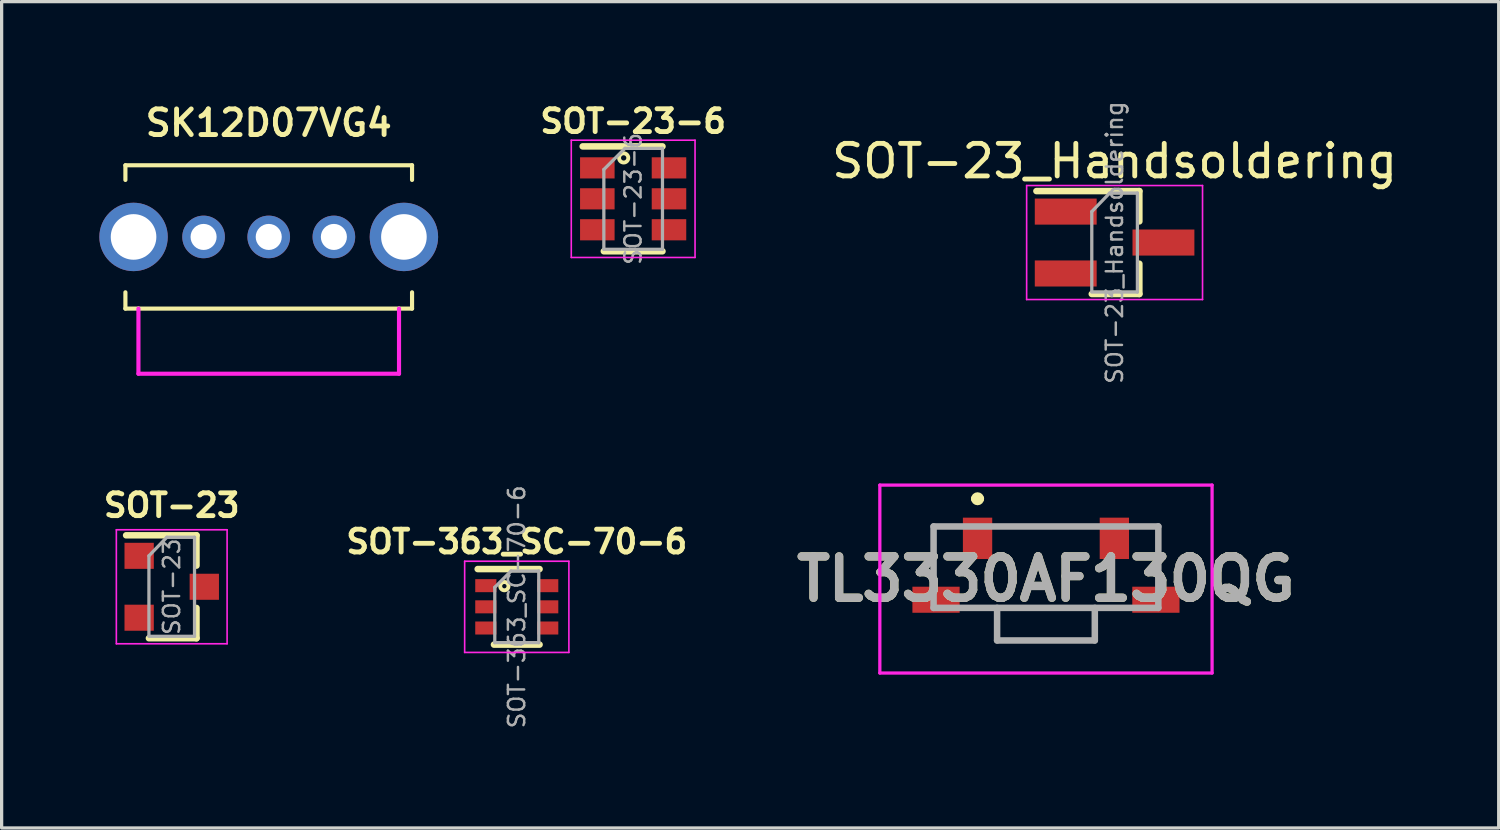
<source format=kicad_pcb>
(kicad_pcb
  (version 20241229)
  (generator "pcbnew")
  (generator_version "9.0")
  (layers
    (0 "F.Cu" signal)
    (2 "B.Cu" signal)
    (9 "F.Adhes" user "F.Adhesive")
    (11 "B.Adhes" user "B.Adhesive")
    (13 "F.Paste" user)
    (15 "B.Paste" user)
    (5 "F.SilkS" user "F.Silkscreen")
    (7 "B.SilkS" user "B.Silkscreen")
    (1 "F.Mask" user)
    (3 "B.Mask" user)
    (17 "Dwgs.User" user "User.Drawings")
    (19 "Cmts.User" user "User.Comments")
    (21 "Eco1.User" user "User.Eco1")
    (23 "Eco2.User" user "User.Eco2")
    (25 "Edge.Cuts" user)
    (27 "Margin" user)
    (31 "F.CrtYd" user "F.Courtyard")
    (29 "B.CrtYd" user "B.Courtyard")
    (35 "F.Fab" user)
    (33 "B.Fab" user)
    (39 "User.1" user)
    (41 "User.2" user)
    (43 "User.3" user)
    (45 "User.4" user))
  (footprint "SOT-363_SC-70-6"
    (layer "F.Cu")
    (at 12.815 15.58)
    (property "Reference" "SOT-363_SC-70-6" (at 0 -2 0) (layer "F.SilkS") (effects (font (size 0.7 0.7) (thickness 0.15))))
    (attr smd)
    (fp_line (start -0.7 1.16) (end 0.7 1.16) (stroke (width 0.2) (type solid)) (layer "F.SilkS"))
    (fp_line (start 0.7 -1.16) (end -1.2 -1.16) (stroke (width 0.2) (type solid)) (layer "F.SilkS"))
    (fp_circle (center -0.381 -0.635) (end -0.254 -0.635) (stroke (width 0.12) (type solid)) (fill no) (layer "F.SilkS"))
    (fp_line (start -1.6 -1.4) (end -1.6 1.4) (stroke (width 0.05) (type solid)) (layer "F.CrtYd"))
    (fp_line (start -1.6 -1.4) (end 1.6 -1.4) (stroke (width 0.05) (type solid)) (layer "F.CrtYd"))
    (fp_line (start -1.6 1.4) (end 1.6 1.4) (stroke (width 0.05) (type solid)) (layer "F.CrtYd"))
    (fp_line (start 1.6 1.4) (end 1.6 -1.4) (stroke (width 0.05) (type solid)) (layer "F.CrtYd"))
    (fp_line (start -0.675 -0.6) (end -0.675 1.1) (stroke (width 0.1) (type solid)) (layer "F.Fab"))
    (fp_line (start -0.175 -1.1) (end -0.675 -0.6) (stroke (width 0.1) (type solid)) (layer "F.Fab"))
    (fp_line (start 0.675 -1.1) (end -0.175 -1.1) (stroke (width 0.1) (type solid)) (layer "F.Fab"))
    (fp_line (start 0.675 -1.1) (end 0.675 1.1) (stroke (width 0.1) (type solid)) (layer "F.Fab"))
    (fp_line (start 0.675 1.1) (end -0.675 1.1) (stroke (width 0.1) (type solid)) (layer "F.Fab"))
    (fp_text user "${REFERENCE}" (at 0 0 90) (layer "F.Fab") (effects (font (size 0.5 0.5) (thickness 0.075))))
    (pad "1" smd rect (at -0.95 -0.65) (size 0.65 0.4) (layers "F.Cu" "F.Mask" "F.Paste"))
    (pad "2" smd rect (at -0.95 0) (size 0.65 0.4) (layers "F.Cu" "F.Mask" "F.Paste"))
    (pad "3" smd rect (at -0.95 0.65) (size 0.65 0.4) (layers "F.Cu" "F.Mask" "F.Paste"))
    (pad "4" smd rect (at 0.95 0.65) (size 0.65 0.4) (layers "F.Cu" "F.Mask" "F.Paste"))
    (pad "5" smd rect (at 0.95 0) (size 0.65 0.4) (layers "F.Cu" "F.Mask" "F.Paste"))
    (pad "6" smd rect (at 0.95 -0.65) (size 0.65 0.4) (layers "F.Cu" "F.Mask" "F.Paste")))
  (footprint "SOT-23_Handsoldering"
    (layer "F.Cu")
    (at 31.168 4.396)
    (property "Reference" "SOT-23_Handsoldering" (at 0 -2.5 0) (layer "F.SilkS") (effects (font (size 1 1) (thickness 0.15))))
    (attr smd)
    (fp_line (start 0.76 -1.58) (end -2.4 -1.58) (stroke (width 0.2) (type solid)) (layer "F.SilkS"))
    (fp_line (start 0.76 -1.58) (end 0.76 -0.65) (stroke (width 0.2) (type solid)) (layer "F.SilkS"))
    (fp_line (start 0.76 1.58) (end -0.7 1.58) (stroke (width 0.2) (type solid)) (layer "F.SilkS"))
    (fp_line (start 0.76 1.58) (end 0.76 0.65) (stroke (width 0.2) (type solid)) (layer "F.SilkS"))
    (fp_line (start -2.7 -1.75) (end 2.7 -1.75) (stroke (width 0.05) (type solid)) (layer "F.CrtYd"))
    (fp_line (start -2.7 1.75) (end -2.7 -1.75) (stroke (width 0.05) (type solid)) (layer "F.CrtYd"))
    (fp_line (start 2.7 -1.75) (end 2.7 1.75) (stroke (width 0.05) (type solid)) (layer "F.CrtYd"))
    (fp_line (start 2.7 1.75) (end -2.7 1.75) (stroke (width 0.05) (type solid)) (layer "F.CrtYd"))
    (fp_line (start -0.7 -0.95) (end -0.7 1.5) (stroke (width 0.1) (type solid)) (layer "F.Fab"))
    (fp_line (start -0.7 -0.95) (end -0.15 -1.52) (stroke (width 0.1) (type solid)) (layer "F.Fab"))
    (fp_line (start -0.7 1.52) (end 0.7 1.52) (stroke (width 0.1) (type solid)) (layer "F.Fab"))
    (fp_line (start -0.15 -1.52) (end 0.7 -1.52) (stroke (width 0.1) (type solid)) (layer "F.Fab"))
    (fp_line (start 0.7 -1.52) (end 0.7 1.52) (stroke (width 0.1) (type solid)) (layer "F.Fab"))
    (fp_text user "${REFERENCE}" (at 0 0 90) (layer "F.Fab") (effects (font (size 0.5 0.5) (thickness 0.075))))
    (pad "1" smd rect (at -1.5 -0.95) (size 1.9 0.8) (layers "F.Cu" "F.Mask" "F.Paste"))
    (pad "2" smd rect (at -1.5 0.95) (size 1.9 0.8) (layers "F.Cu" "F.Mask" "F.Paste"))
    (pad "3" smd rect (at 1.5 0) (size 1.9 0.8) (layers "F.Cu" "F.Mask" "F.Paste")))
  (footprint "TL3330AF130QG"
    (layer "F.Cu")
    (at 29.061 14.862)
    (property "Reference" "TL3330AF130QG" (at 0 -0.135 0) (layer "F.SilkS") (effects (font (size 1.27 1.27) (thickness 0.254))))
    (attr smd)
    (fp_line (start -3.45 -1.75) (end -3.45 -0.3) (stroke (width 0.1) (type solid)) (layer "F.SilkS"))
    (fp_line (start -3 -1.75) (end -3.45 -1.75) (stroke (width 0.1) (type solid)) (layer "F.SilkS"))
    (fp_line (start -2.4 0.75) (end 2.4 0.75) (stroke (width 0.1) (type solid)) (layer "F.SilkS"))
    (fp_line (start -2.2 -2.6) (end -2.2 -2.6) (stroke (width 0.2) (type solid)) (layer "F.SilkS"))
    (fp_line (start -2 -2.6) (end -2 -2.6) (stroke (width 0.2) (type solid)) (layer "F.SilkS"))
    (fp_line (start -1.2 -1.75) (end 1.2 -1.75) (stroke (width 0.1) (type solid)) (layer "F.SilkS"))
    (fp_line (start 3 -1.75) (end 3.45 -1.75) (stroke (width 0.1) (type solid)) (layer "F.SilkS"))
    (fp_line (start 3.45 -1.75) (end 3.45 -0.3) (stroke (width 0.1) (type solid)) (layer "F.SilkS"))
    (fp_arc (start -2.2 -2.6) (mid -2.1 -2.7) (end -2 -2.6) (stroke (width 0.2) (type solid)) (layer "F.SilkS"))
    (fp_arc (start -2 -2.6) (mid -2.1 -2.5) (end -2.2 -2.6) (stroke (width 0.2) (type solid)) (layer "F.SilkS"))
    (fp_line (start -5.1 -3.02) (end 5.1 -3.02) (stroke (width 0.1) (type solid)) (layer "F.CrtYd"))
    (fp_line (start -5.1 2.75) (end -5.1 -3.02) (stroke (width 0.1) (type solid)) (layer "F.CrtYd"))
    (fp_line (start 5.1 -3.02) (end 5.1 2.75) (stroke (width 0.1) (type solid)) (layer "F.CrtYd"))
    (fp_line (start 5.1 2.75) (end -5.1 2.75) (stroke (width 0.1) (type solid)) (layer "F.CrtYd"))
    (fp_line (start -3.45 -1.75) (end 3.45 -1.75) (stroke (width 0.2) (type solid)) (layer "F.Fab"))
    (fp_line (start -3.45 0.75) (end -3.45 -1.75) (stroke (width 0.2) (type solid)) (layer "F.Fab"))
    (fp_line (start -1.5 0.75) (end -1.5 1.75) (stroke (width 0.2) (type solid)) (layer "F.Fab"))
    (fp_line (start -1.5 1.75) (end 1.5 1.75) (stroke (width 0.2) (type solid)) (layer "F.Fab"))
    (fp_line (start 1.5 1.75) (end 1.5 0.75) (stroke (width 0.2) (type solid)) (layer "F.Fab"))
    (fp_line (start 3.45 -1.75) (end 3.45 0.75) (stroke (width 0.2) (type solid)) (layer "F.Fab"))
    (fp_line (start 3.45 0.75) (end -3.45 0.75) (stroke (width 0.2) (type solid)) (layer "F.Fab"))
    (fp_text user "${REFERENCE}" (at 0 -0.135 0) (layer "F.Fab") (effects (font (size 1.27 1.27) (thickness 0.254))))
    (pad "1" smd rect (at -2.1 -1.385) (size 0.9 1.27) (layers "F.Cu" "F.Mask" "F.Paste"))
    (pad "2" smd rect (at 2.1 -1.385) (size 0.9 1.27) (layers "F.Cu" "F.Mask" "F.Paste"))
    (pad "3" smd rect (at -3.375 0.5 90) (size 0.8 1.45) (layers "F.Cu" "F.Mask" "F.Paste"))
    (pad "4" smd rect (at 3.375 0.5 90) (size 0.8 1.45) (layers "F.Cu" "F.Mask" "F.Paste")))
  (footprint "SOT-23"
    (layer "F.Cu")
    (at 2.222 14.964)
    (property "Reference" "SOT-23" (at 0 -2.5 0) (layer "F.SilkS") (effects (font (size 0.7 0.7) (thickness 0.15))))
    (attr smd)
    (fp_line (start 0.76 -1.58) (end -1.4 -1.58) (stroke (width 0.2) (type solid)) (layer "F.SilkS"))
    (fp_line (start 0.76 -1.58) (end 0.76 -0.65) (stroke (width 0.2) (type solid)) (layer "F.SilkS"))
    (fp_line (start 0.76 1.58) (end -0.7 1.58) (stroke (width 0.2) (type solid)) (layer "F.SilkS"))
    (fp_line (start 0.76 1.58) (end 0.76 0.65) (stroke (width 0.2) (type solid)) (layer "F.SilkS"))
    (fp_line (start -1.7 -1.75) (end 1.7 -1.75) (stroke (width 0.05) (type solid)) (layer "F.CrtYd"))
    (fp_line (start -1.7 1.75) (end -1.7 -1.75) (stroke (width 0.05) (type solid)) (layer "F.CrtYd"))
    (fp_line (start 1.7 -1.75) (end 1.7 1.75) (stroke (width 0.05) (type solid)) (layer "F.CrtYd"))
    (fp_line (start 1.7 1.75) (end -1.7 1.75) (stroke (width 0.05) (type solid)) (layer "F.CrtYd"))
    (fp_line (start -0.7 -0.95) (end -0.7 1.5) (stroke (width 0.1) (type solid)) (layer "F.Fab"))
    (fp_line (start -0.7 -0.95) (end -0.15 -1.52) (stroke (width 0.1) (type solid)) (layer "F.Fab"))
    (fp_line (start -0.7 1.52) (end 0.7 1.52) (stroke (width 0.1) (type solid)) (layer "F.Fab"))
    (fp_line (start -0.15 -1.52) (end 0.7 -1.52) (stroke (width 0.1) (type solid)) (layer "F.Fab"))
    (fp_line (start 0.7 -1.52) (end 0.7 1.52) (stroke (width 0.1) (type solid)) (layer "F.Fab"))
    (fp_text user "${REFERENCE}" (at 0 0 90) (layer "F.Fab") (effects (font (size 0.5 0.5) (thickness 0.075))))
    (pad "1" smd rect (at -1 -0.95) (size 0.9 0.8) (layers "F.Cu" "F.Mask" "F.Paste"))
    (pad "2" smd rect (at -1 0.95) (size 0.9 0.8) (layers "F.Cu" "F.Mask" "F.Paste"))
    (pad "3" smd rect (at 1 0) (size 0.9 0.8) (layers "F.Cu" "F.Mask" "F.Paste")))
  (footprint "SK12D07VG4"
    (layer "F.Cu")
    (at 5.2 4.224)
    (property "Reference" "SK12D07VG4" (at 0 -3.5 0) (layer "F.SilkS") (effects (font (size 0.787 0.787) (thickness 0.15))))
    (attr through_hole)
    (fp_line (start -4.4 -2.2) (end 4.4 -2.2) (stroke (width 0.127) (type solid)) (layer "F.SilkS"))
    (fp_line (start -4.4 -1.75) (end -4.4 -2.2) (stroke (width 0.127) (type solid)) (layer "F.SilkS"))
    (fp_line (start -4.4 2.2) (end -4.4 1.7) (stroke (width 0.127) (type solid)) (layer "F.SilkS"))
    (fp_line (start -4 2.2) (end -4.4 2.2) (stroke (width 0.127) (type solid)) (layer "F.SilkS"))
    (fp_line (start 4 2.2) (end -4 2.2) (stroke (width 0.127) (type solid)) (layer "F.SilkS"))
    (fp_line (start 4.4 -2.2) (end 4.4 -1.75) (stroke (width 0.127) (type solid)) (layer "F.SilkS"))
    (fp_line (start 4.4 2.2) (end 4 2.2) (stroke (width 0.127) (type solid)) (layer "F.SilkS"))
    (fp_line (start 4.4 2.2) (end 4.4 1.7) (stroke (width 0.127) (type solid)) (layer "F.SilkS"))
    (fp_line (start -4 2.2) (end -4 4.2) (stroke (width 0.127) (type solid)) (layer "F.CrtYd"))
    (fp_line (start -4 4.2) (end 4 4.2) (stroke (width 0.127) (type solid)) (layer "F.CrtYd"))
    (fp_line (start 4 4.2) (end 4 2.2) (stroke (width 0.127) (type solid)) (layer "F.CrtYd"))
    (pad "1" thru_hole circle (at -2 0) (size 1.308 1.308) (drill 0.8) (layers "*.Cu" "*.Mask"))
    (pad "2" thru_hole circle (at 2 0) (size 1.308 1.308) (drill 0.8) (layers "*.Cu" "*.Mask"))
    (pad "COM" thru_hole circle (at 0 0) (size 1.308 1.308) (drill 0.8) (layers "*.Cu" "*.Mask"))
    (pad "M1" thru_hole circle (at -4.15 0) (size 2.1 2.1) (drill 1.4) (layers "*.Cu" "*.Mask"))
    (pad "M2" thru_hole circle (at 4.15 0) (size 2.1 2.1) (drill 1.4) (layers "*.Cu" "*.Mask")))
  (footprint "SOT-23-6"
    (layer "F.Cu")
    (at 16.388 3.054)
    (property "Reference" "SOT-23-6" (at 0 -2.381 0) (layer "F.SilkS") (effects (font (size 0.7 0.7) (thickness 0.15))))
    (attr smd)
    (fp_line (start -0.9 1.61) (end 0.9 1.61) (stroke (width 0.2) (type solid)) (layer "F.SilkS"))
    (fp_line (start 0.9 -1.61) (end -1.55 -1.61) (stroke (width 0.2) (type solid)) (layer "F.SilkS"))
    (fp_circle (center -0.291 -1.256) (end -0.391 -1.356) (stroke (width 0.12) (type solid)) (fill no) (layer "F.SilkS"))
    (fp_line (start -1.9 -1.8) (end -1.9 1.8) (stroke (width 0.05) (type solid)) (layer "F.CrtYd"))
    (fp_line (start -1.9 1.8) (end 1.9 1.8) (stroke (width 0.05) (type solid)) (layer "F.CrtYd"))
    (fp_line (start 1.9 -1.8) (end -1.9 -1.8) (stroke (width 0.05) (type solid)) (layer "F.CrtYd"))
    (fp_line (start 1.9 1.8) (end 1.9 -1.8) (stroke (width 0.05) (type solid)) (layer "F.CrtYd"))
    (fp_line (start -0.9 -0.9) (end -0.9 1.55) (stroke (width 0.1) (type solid)) (layer "F.Fab"))
    (fp_line (start -0.9 -0.9) (end -0.25 -1.55) (stroke (width 0.1) (type solid)) (layer "F.Fab"))
    (fp_line (start 0.9 -1.55) (end -0.25 -1.55) (stroke (width 0.1) (type solid)) (layer "F.Fab"))
    (fp_line (start 0.9 -1.55) (end 0.9 1.55) (stroke (width 0.1) (type solid)) (layer "F.Fab"))
    (fp_line (start 0.9 1.55) (end -0.9 1.55) (stroke (width 0.1) (type solid)) (layer "F.Fab"))
    (fp_text user "${REFERENCE}" (at 0 0 90) (layer "F.Fab") (effects (font (size 0.5 0.5) (thickness 0.075))))
    (pad "1" smd rect (at -1.1 -0.95) (size 1.06 0.65) (layers "F.Cu" "F.Mask" "F.Paste"))
    (pad "2" smd rect (at -1.1 0) (size 1.06 0.65) (layers "F.Cu" "F.Mask" "F.Paste"))
    (pad "3" smd rect (at -1.1 0.95) (size 1.06 0.65) (layers "F.Cu" "F.Mask" "F.Paste"))
    (pad "4" smd rect (at 1.1 0.95) (size 1.06 0.65) (layers "F.Cu" "F.Mask" "F.Paste"))
    (pad "5" smd rect (at 1.1 0) (size 1.06 0.65) (layers "F.Cu" "F.Mask" "F.Paste"))
    (pad "6" smd rect (at 1.1 -0.95) (size 1.06 0.65) (layers "F.Cu" "F.Mask" "F.Paste")))
  (gr_rect
    (start -3 -3)
    (end 42.96 22.369)
    (stroke (width 0.1) (type default))
    (fill no)
    (layer "Edge.Cuts")))
</source>
